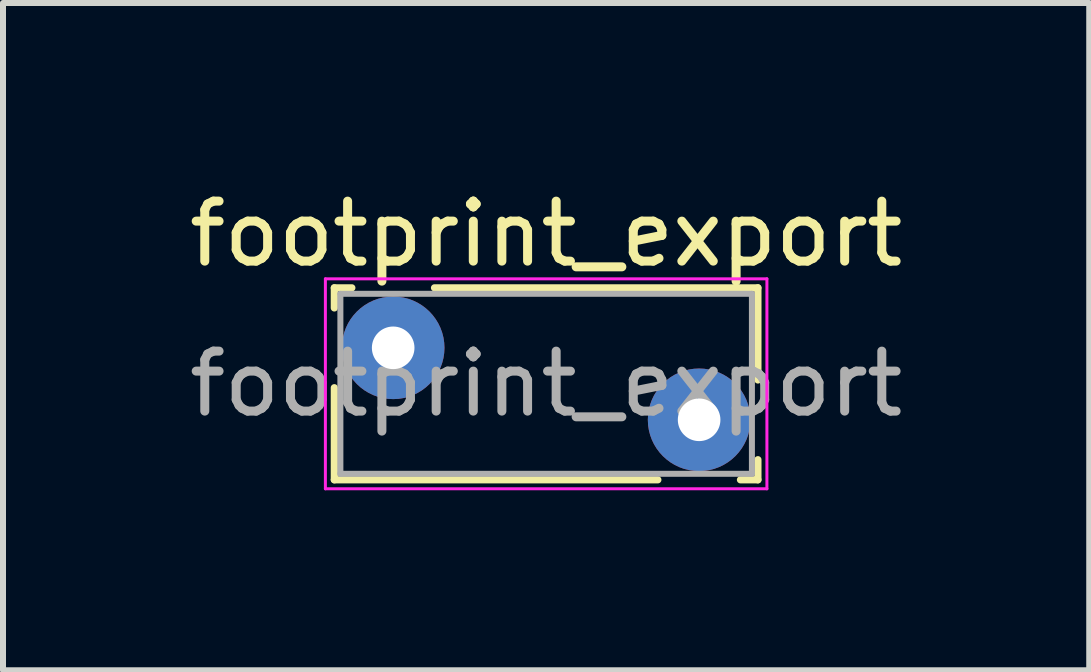
<source format=kicad_pcb>
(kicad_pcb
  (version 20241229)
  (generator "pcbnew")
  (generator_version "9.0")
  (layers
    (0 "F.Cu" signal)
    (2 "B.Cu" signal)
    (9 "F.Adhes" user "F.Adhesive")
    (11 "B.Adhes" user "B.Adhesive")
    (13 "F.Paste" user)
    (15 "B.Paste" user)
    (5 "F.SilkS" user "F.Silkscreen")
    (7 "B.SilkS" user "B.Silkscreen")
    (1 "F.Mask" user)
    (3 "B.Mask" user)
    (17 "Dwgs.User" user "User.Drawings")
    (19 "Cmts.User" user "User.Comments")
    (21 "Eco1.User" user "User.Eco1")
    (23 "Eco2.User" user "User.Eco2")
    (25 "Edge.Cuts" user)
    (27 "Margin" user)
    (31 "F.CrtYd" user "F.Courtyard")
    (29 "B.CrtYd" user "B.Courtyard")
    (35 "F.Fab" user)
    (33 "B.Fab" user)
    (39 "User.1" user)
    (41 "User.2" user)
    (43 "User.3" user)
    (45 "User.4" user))
  (footprint "footprint_export"
    (layer "F.Cu")
    (at 3.504 2.748)
    (property "Reference" "footprint_export" (at 2.55 -1.9 0) (layer "F.SilkS") (effects (font (size 1 1) (thickness 0.15))))
    (attr through_hole)
    (fp_line (start -0.981 -1) (end -0.981 -0.665) (stroke (width 0.12) (type solid)) (layer "F.SilkS"))
    (fp_line (start -0.981 -1) (end -0.689 -1) (stroke (width 0.12) (type solid)) (layer "F.SilkS"))
    (fp_line (start -0.981 0.665) (end -0.981 2.2) (stroke (width 0.12) (type solid)) (layer "F.SilkS"))
    (fp_line (start -0.981 2.2) (end 4.412 2.2) (stroke (width 0.12) (type solid)) (layer "F.SilkS"))
    (fp_line (start 0.689 -1) (end 6.08 -1) (stroke (width 0.12) (type solid)) (layer "F.SilkS"))
    (fp_line (start 5.789 2.2) (end 6.08 2.2) (stroke (width 0.12) (type solid)) (layer "F.SilkS"))
    (fp_line (start 6.08 -1) (end 6.08 0.536) (stroke (width 0.12) (type solid)) (layer "F.SilkS"))
    (fp_line (start 6.08 1.865) (end 6.08 2.2) (stroke (width 0.12) (type solid)) (layer "F.SilkS"))
    (fp_line (start -1.13 -1.15) (end -1.13 2.35) (stroke (width 0.05) (type solid)) (layer "F.CrtYd"))
    (fp_line (start -1.13 2.35) (end 6.23 2.35) (stroke (width 0.05) (type solid)) (layer "F.CrtYd"))
    (fp_line (start 6.23 -1.15) (end -1.13 -1.15) (stroke (width 0.05) (type solid)) (layer "F.CrtYd"))
    (fp_line (start 6.23 2.35) (end 6.23 -1.15) (stroke (width 0.05) (type solid)) (layer "F.CrtYd"))
    (fp_line (start -0.88 -0.9) (end -0.88 2.1) (stroke (width 0.1) (type solid)) (layer "F.Fab"))
    (fp_line (start -0.88 2.1) (end 5.98 2.1) (stroke (width 0.1) (type solid)) (layer "F.Fab"))
    (fp_line (start 5.98 -0.9) (end -0.88 -0.9) (stroke (width 0.1) (type solid)) (layer "F.Fab"))
    (fp_line (start 5.98 2.1) (end 5.98 -0.9) (stroke (width 0.1) (type solid)) (layer "F.Fab"))
    (fp_text user "${REFERENCE}" (at 2.55 0.6 0) (layer "F.Fab") (effects (font (size 1 1) (thickness 0.15))))
    (pad "1" thru_hole circle (at 0 0) (size 1.71 1.71) (drill 0.71) (layers "*.Cu" "*.Mask"))
    (pad "2" thru_hole circle (at 5.1 1.2) (size 1.71 1.71) (drill 0.71) (layers "*.Cu" "*.Mask")))
  (gr_rect
    (start -3 -3)
    (end 15.107 8.123)
    (stroke (width 0.1) (type default))
    (fill no)
    (layer "Edge.Cuts")))
</source>
